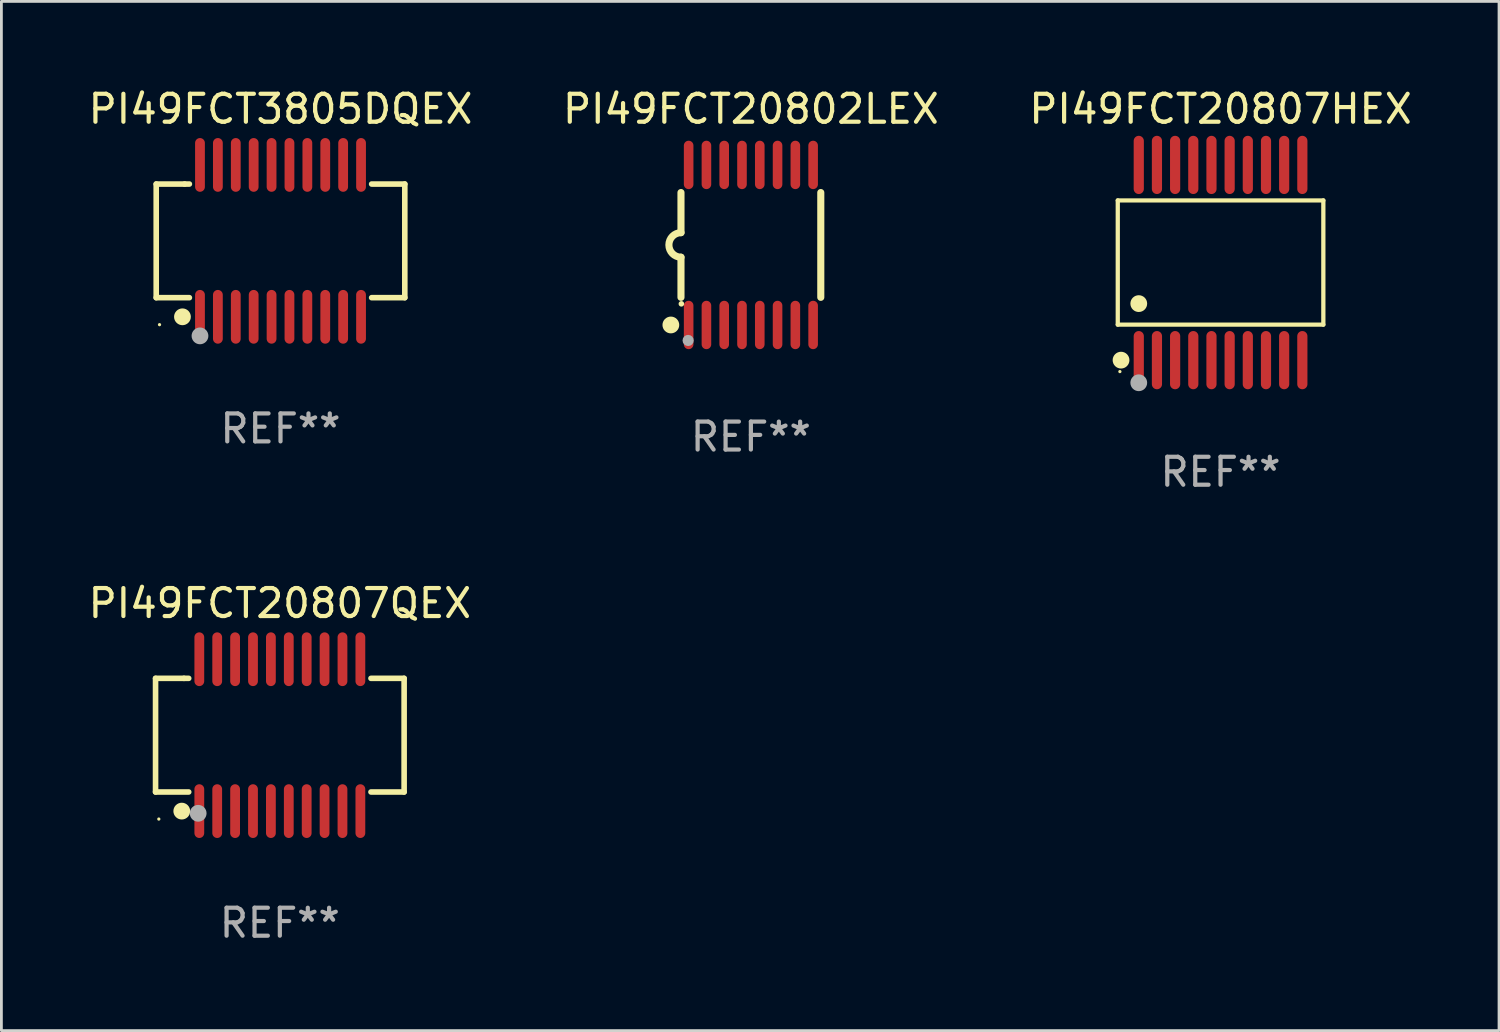
<source format=kicad_pcb>
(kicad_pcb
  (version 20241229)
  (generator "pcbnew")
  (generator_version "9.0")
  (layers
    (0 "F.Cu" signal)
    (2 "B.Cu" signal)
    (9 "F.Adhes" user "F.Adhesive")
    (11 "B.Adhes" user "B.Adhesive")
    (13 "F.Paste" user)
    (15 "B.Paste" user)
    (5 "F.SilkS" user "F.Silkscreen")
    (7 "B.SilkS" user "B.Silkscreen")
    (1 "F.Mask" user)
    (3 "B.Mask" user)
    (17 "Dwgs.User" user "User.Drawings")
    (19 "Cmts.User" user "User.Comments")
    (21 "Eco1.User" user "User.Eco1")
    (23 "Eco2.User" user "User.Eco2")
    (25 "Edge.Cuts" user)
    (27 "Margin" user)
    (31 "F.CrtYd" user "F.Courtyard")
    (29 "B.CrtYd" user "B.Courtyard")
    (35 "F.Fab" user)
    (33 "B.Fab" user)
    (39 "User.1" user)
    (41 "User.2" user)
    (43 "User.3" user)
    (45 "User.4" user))
  (footprint "PI49FCT20802LEX"
    (layer "F.Cu")
    (at 23.804 5.71)
    (property "Reference" "PI49FCT20802LEX" (at 0 -4.862 0) (layer "F.SilkS") (effects (font (size 1 1) (thickness 0.15))))
    (attr through_hole)
    (fp_line (start -2.5 -1.874) (end -2.5 -0.439) (stroke (width 0.254) (type solid)) (layer "F.SilkS"))
    (fp_line (start -2.5 1.874) (end -2.5 0.439) (stroke (width 0.254) (type solid)) (layer "F.SilkS"))
    (fp_line (start 2.5 -1.874) (end 2.5 1.874) (stroke (width 0.254) (type solid)) (layer "F.SilkS"))
    (fp_arc (start -2.5 0.438989) (mid -2.938633 -0.000597) (end -2.499365 -0.439547) (stroke (width 0.254001) (type solid)) (layer "F.SilkS"))
    (fp_circle (center -2.862 2.862) (end -2.712 2.862) (stroke (width 0.3) (type solid)) (fill no) (layer "F.SilkS"))
    (fp_circle (center -2.486 2.106) (end -2.436 2.106) (stroke (width 0.1) (type solid)) (fill no) (layer "F.SilkS"))
    (fp_circle (center -2.244 3.416) (end -2.144 3.416) (stroke (width 0.2) (type solid)) (fill no) (layer "F.Fab"))
    (fp_text user "REF**" (at 0 6.862 0) (layer "F.Fab") (effects (font (size 1 1) (thickness 0.15))))
    (pad "1" smd oval (at -2.226 2.862) (size 0.343 1.731) (layers "F.Cu" "F.Mask" "F.Paste"))
    (pad "2" smd oval (at -1.59 2.862) (size 0.343 1.731) (layers "F.Cu" "F.Mask" "F.Paste"))
    (pad "3" smd oval (at -0.954 2.862) (size 0.343 1.731) (layers "F.Cu" "F.Mask" "F.Paste"))
    (pad "4" smd oval (at -0.318 2.862) (size 0.343 1.731) (layers "F.Cu" "F.Mask" "F.Paste"))
    (pad "5" smd oval (at 0.318 2.862) (size 0.343 1.731) (layers "F.Cu" "F.Mask" "F.Paste"))
    (pad "6" smd oval (at 0.954 2.862) (size 0.343 1.731) (layers "F.Cu" "F.Mask" "F.Paste"))
    (pad "7" smd oval (at 1.59 2.862) (size 0.343 1.731) (layers "F.Cu" "F.Mask" "F.Paste"))
    (pad "8" smd oval (at 2.226 2.862) (size 0.343 1.731) (layers "F.Cu" "F.Mask" "F.Paste"))
    (pad "9" smd oval (at 2.226 -2.862) (size 0.343 1.731) (layers "F.Cu" "F.Mask" "F.Paste"))
    (pad "10" smd oval (at 1.59 -2.862) (size 0.343 1.731) (layers "F.Cu" "F.Mask" "F.Paste"))
    (pad "11" smd oval (at 0.954 -2.862) (size 0.343 1.731) (layers "F.Cu" "F.Mask" "F.Paste"))
    (pad "12" smd oval (at 0.318 -2.862) (size 0.343 1.731) (layers "F.Cu" "F.Mask" "F.Paste"))
    (pad "13" smd oval (at -0.318 -2.862) (size 0.343 1.731) (layers "F.Cu" "F.Mask" "F.Paste"))
    (pad "14" smd oval (at -0.954 -2.862) (size 0.343 1.731) (layers "F.Cu" "F.Mask" "F.Paste"))
    (pad "15" smd oval (at -1.59 -2.862) (size 0.343 1.731) (layers "F.Cu" "F.Mask" "F.Paste"))
    (pad "16" smd oval (at -2.226 -2.862) (size 0.343 1.731) (layers "F.Cu" "F.Mask" "F.Paste")))
  (footprint "PI49FCT3805DQEX"
    (layer "F.Cu")
    (at 6.982 5.564)
    (property "Reference" "PI49FCT3805DQEX" (at 0 -4.716 0) (layer "F.SilkS") (effects (font (size 1 1) (thickness 0.15))))
    (attr through_hole)
    (fp_line (start -4.445 -2.032) (end -4.445 2.032) (stroke (width 0.2) (type solid)) (layer "F.SilkS"))
    (fp_line (start -4.445 2.032) (end -3.259 2.032) (stroke (width 0.2) (type solid)) (layer "F.SilkS"))
    (fp_line (start -3.429 -2.032) (end -4.445 -2.032) (stroke (width 0.2) (type solid)) (layer "F.SilkS"))
    (fp_line (start -3.259 -2.032) (end -3.429 -2.032) (stroke (width 0.2) (type solid)) (layer "F.SilkS"))
    (fp_line (start 3.259 2.032) (end 4.445 2.032) (stroke (width 0.2) (type solid)) (layer "F.SilkS"))
    (fp_line (start 4.445 -2.032) (end 3.259 -2.032) (stroke (width 0.2) (type solid)) (layer "F.SilkS"))
    (fp_line (start 4.445 2.032) (end 4.445 -2.032) (stroke (width 0.2) (type solid)) (layer "F.SilkS"))
    (fp_circle (center -4.327 2.997) (end -4.297 2.997) (stroke (width 0.06) (type solid)) (fill no) (layer "F.SilkS"))
    (fp_circle (center -3.507 2.716) (end -3.357 2.716) (stroke (width 0.3) (type solid)) (fill no) (layer "F.SilkS"))
    (fp_circle (center -2.88 3.398) (end -2.73 3.398) (stroke (width 0.3) (type solid)) (fill no) (layer "F.Fab"))
    (fp_text user "REF**" (at 0 6.716 0) (layer "F.Fab") (effects (font (size 1 1) (thickness 0.15))))
    (pad "1" smd oval (at -2.88 2.716) (size 0.35 1.922) (layers "F.Cu" "F.Mask" "F.Paste"))
    (pad "2" smd oval (at -2.24 2.716) (size 0.35 1.922) (layers "F.Cu" "F.Mask" "F.Paste"))
    (pad "3" smd oval (at -1.6 2.716) (size 0.35 1.922) (layers "F.Cu" "F.Mask" "F.Paste"))
    (pad "4" smd oval (at -0.96 2.716) (size 0.35 1.922) (layers "F.Cu" "F.Mask" "F.Paste"))
    (pad "5" smd oval (at -0.32 2.716) (size 0.35 1.922) (layers "F.Cu" "F.Mask" "F.Paste"))
    (pad "6" smd oval (at 0.32 2.716) (size 0.35 1.922) (layers "F.Cu" "F.Mask" "F.Paste"))
    (pad "7" smd oval (at 0.96 2.716) (size 0.35 1.922) (layers "F.Cu" "F.Mask" "F.Paste"))
    (pad "8" smd oval (at 1.6 2.716) (size 0.35 1.922) (layers "F.Cu" "F.Mask" "F.Paste"))
    (pad "9" smd oval (at 2.24 2.716) (size 0.35 1.922) (layers "F.Cu" "F.Mask" "F.Paste"))
    (pad "10" smd oval (at 2.88 2.716) (size 0.35 1.922) (layers "F.Cu" "F.Mask" "F.Paste"))
    (pad "11" smd oval (at 2.88 -2.716) (size 0.35 1.922) (layers "F.Cu" "F.Mask" "F.Paste"))
    (pad "12" smd oval (at 2.24 -2.716) (size 0.35 1.922) (layers "F.Cu" "F.Mask" "F.Paste"))
    (pad "13" smd oval (at 1.6 -2.716) (size 0.35 1.922) (layers "F.Cu" "F.Mask" "F.Paste"))
    (pad "14" smd oval (at 0.96 -2.716) (size 0.35 1.922) (layers "F.Cu" "F.Mask" "F.Paste"))
    (pad "15" smd oval (at 0.32 -2.716) (size 0.35 1.922) (layers "F.Cu" "F.Mask" "F.Paste"))
    (pad "16" smd oval (at -0.32 -2.716) (size 0.35 1.922) (layers "F.Cu" "F.Mask" "F.Paste"))
    (pad "17" smd oval (at -0.96 -2.716) (size 0.35 1.922) (layers "F.Cu" "F.Mask" "F.Paste"))
    (pad "18" smd oval (at -1.6 -2.716) (size 0.35 1.922) (layers "F.Cu" "F.Mask" "F.Paste"))
    (pad "19" smd oval (at -2.24 -2.716) (size 0.35 1.922) (layers "F.Cu" "F.Mask" "F.Paste"))
    (pad "20" smd oval (at -2.88 -2.716) (size 0.35 1.922) (layers "F.Cu" "F.Mask" "F.Paste")))
  (footprint "PI49FCT20807HEX"
    (layer "F.Cu")
    (at 40.601 6.339)
    (property "Reference" "PI49FCT20807HEX" (at 0 -5.491 0) (layer "F.SilkS") (effects (font (size 1 1) (thickness 0.15))))
    (attr through_hole)
    (fp_line (start -3.676 -2.221) (end 3.676 -2.221) (stroke (width 0.152) (type solid)) (layer "F.SilkS"))
    (fp_line (start -3.676 2.221) (end -3.676 -2.221) (stroke (width 0.152) (type solid)) (layer "F.SilkS"))
    (fp_line (start 3.676 -2.221) (end 3.676 2.221) (stroke (width 0.152) (type solid)) (layer "F.SilkS"))
    (fp_line (start 3.676 2.221) (end -3.676 2.221) (stroke (width 0.152) (type solid)) (layer "F.SilkS"))
    (fp_circle (center -3.6 3.9) (end -3.57 3.9) (stroke (width 0.06) (type solid)) (fill no) (layer "F.SilkS"))
    (fp_circle (center -3.559 3.491) (end -3.409 3.491) (stroke (width 0.3) (type solid)) (fill no) (layer "F.SilkS"))
    (fp_circle (center -2.925 1.469) (end -2.775 1.469) (stroke (width 0.3) (type solid)) (fill no) (layer "F.SilkS"))
    (fp_circle (center -2.925 4.3) (end -2.775 4.3) (stroke (width 0.3) (type solid)) (fill no) (layer "F.Fab"))
    (fp_text user "REF**" (at 0 7.491 0) (layer "F.Fab") (effects (font (size 1 1) (thickness 0.15))))
    (pad "1" smd oval (at -2.925 3.491) (size 0.364 2.082) (layers "F.Cu" "F.Mask" "F.Paste"))
    (pad "2" smd oval (at -2.275 3.491) (size 0.364 2.082) (layers "F.Cu" "F.Mask" "F.Paste"))
    (pad "3" smd oval (at -1.625 3.491) (size 0.364 2.082) (layers "F.Cu" "F.Mask" "F.Paste"))
    (pad "4" smd oval (at -0.975 3.491) (size 0.364 2.082) (layers "F.Cu" "F.Mask" "F.Paste"))
    (pad "5" smd oval (at -0.325 3.491) (size 0.364 2.082) (layers "F.Cu" "F.Mask" "F.Paste"))
    (pad "6" smd oval (at 0.325 3.491) (size 0.364 2.082) (layers "F.Cu" "F.Mask" "F.Paste"))
    (pad "7" smd oval (at 0.975 3.491) (size 0.364 2.082) (layers "F.Cu" "F.Mask" "F.Paste"))
    (pad "8" smd oval (at 1.625 3.491) (size 0.364 2.082) (layers "F.Cu" "F.Mask" "F.Paste"))
    (pad "9" smd oval (at 2.275 3.491) (size 0.364 2.082) (layers "F.Cu" "F.Mask" "F.Paste"))
    (pad "10" smd oval (at 2.925 3.491) (size 0.364 2.082) (layers "F.Cu" "F.Mask" "F.Paste"))
    (pad "11" smd oval (at 2.925 -3.491) (size 0.364 2.082) (layers "F.Cu" "F.Mask" "F.Paste"))
    (pad "12" smd oval (at 2.275 -3.491) (size 0.364 2.082) (layers "F.Cu" "F.Mask" "F.Paste"))
    (pad "13" smd oval (at 1.625 -3.491) (size 0.364 2.082) (layers "F.Cu" "F.Mask" "F.Paste"))
    (pad "14" smd oval (at 0.975 -3.491) (size 0.364 2.082) (layers "F.Cu" "F.Mask" "F.Paste"))
    (pad "15" smd oval (at 0.325 -3.491) (size 0.364 2.082) (layers "F.Cu" "F.Mask" "F.Paste"))
    (pad "16" smd oval (at -0.325 -3.491) (size 0.364 2.082) (layers "F.Cu" "F.Mask" "F.Paste"))
    (pad "17" smd oval (at -0.975 -3.491) (size 0.364 2.082) (layers "F.Cu" "F.Mask" "F.Paste"))
    (pad "18" smd oval (at -1.625 -3.491) (size 0.364 2.082) (layers "F.Cu" "F.Mask" "F.Paste"))
    (pad "19" smd oval (at -2.275 -3.491) (size 0.364 2.082) (layers "F.Cu" "F.Mask" "F.Paste"))
    (pad "20" smd oval (at -2.925 -3.491) (size 0.364 2.082) (layers "F.Cu" "F.Mask" "F.Paste")))
  (footprint "PI49FCT20807QEX"
    (layer "F.Cu")
    (at 6.958 23.242)
    (property "Reference" "PI49FCT20807QEX" (at 0 -4.716 0) (layer "F.SilkS") (effects (font (size 1 1) (thickness 0.15))))
    (attr through_hole)
    (fp_line (start -4.445 -2.032) (end -4.445 2.032) (stroke (width 0.2) (type solid)) (layer "F.SilkS"))
    (fp_line (start -4.445 2.032) (end -3.259 2.032) (stroke (width 0.2) (type solid)) (layer "F.SilkS"))
    (fp_line (start -3.429 -2.032) (end -4.445 -2.032) (stroke (width 0.2) (type solid)) (layer "F.SilkS"))
    (fp_line (start -3.259 -2.032) (end -3.429 -2.032) (stroke (width 0.2) (type solid)) (layer "F.SilkS"))
    (fp_line (start 3.259 2.032) (end 4.445 2.032) (stroke (width 0.2) (type solid)) (layer "F.SilkS"))
    (fp_line (start 4.445 -2.032) (end 3.259 -2.032) (stroke (width 0.2) (type solid)) (layer "F.SilkS"))
    (fp_line (start 4.445 2.032) (end 4.445 -2.032) (stroke (width 0.2) (type solid)) (layer "F.SilkS"))
    (fp_circle (center -4.328 3) (end -4.298 3) (stroke (width 0.06) (type solid)) (fill no) (layer "F.SilkS"))
    (fp_circle (center -3.507 2.716) (end -3.357 2.716) (stroke (width 0.3) (type solid)) (fill no) (layer "F.SilkS"))
    (fp_circle (center -2.921 2.794) (end -2.771 2.794) (stroke (width 0.3) (type solid)) (fill no) (layer "F.Fab"))
    (fp_text user "REF**" (at 0 6.716 0) (layer "F.Fab") (effects (font (size 1 1) (thickness 0.15))))
    (pad "1" smd oval (at -2.88 2.716) (size 0.35 1.922) (layers "F.Cu" "F.Mask" "F.Paste"))
    (pad "2" smd oval (at -2.24 2.716) (size 0.35 1.922) (layers "F.Cu" "F.Mask" "F.Paste"))
    (pad "3" smd oval (at -1.6 2.716) (size 0.35 1.922) (layers "F.Cu" "F.Mask" "F.Paste"))
    (pad "4" smd oval (at -0.96 2.716) (size 0.35 1.922) (layers "F.Cu" "F.Mask" "F.Paste"))
    (pad "5" smd oval (at -0.32 2.716) (size 0.35 1.922) (layers "F.Cu" "F.Mask" "F.Paste"))
    (pad "6" smd oval (at 0.32 2.716) (size 0.35 1.922) (layers "F.Cu" "F.Mask" "F.Paste"))
    (pad "7" smd oval (at 0.96 2.716) (size 0.35 1.922) (layers "F.Cu" "F.Mask" "F.Paste"))
    (pad "8" smd oval (at 1.6 2.716) (size 0.35 1.922) (layers "F.Cu" "F.Mask" "F.Paste"))
    (pad "9" smd oval (at 2.24 2.716) (size 0.35 1.922) (layers "F.Cu" "F.Mask" "F.Paste"))
    (pad "10" smd oval (at 2.88 2.716) (size 0.35 1.922) (layers "F.Cu" "F.Mask" "F.Paste"))
    (pad "11" smd oval (at 2.88 -2.716) (size 0.35 1.922) (layers "F.Cu" "F.Mask" "F.Paste"))
    (pad "12" smd oval (at 2.24 -2.716) (size 0.35 1.922) (layers "F.Cu" "F.Mask" "F.Paste"))
    (pad "13" smd oval (at 1.6 -2.716) (size 0.35 1.922) (layers "F.Cu" "F.Mask" "F.Paste"))
    (pad "14" smd oval (at 0.96 -2.716) (size 0.35 1.922) (layers "F.Cu" "F.Mask" "F.Paste"))
    (pad "15" smd oval (at 0.32 -2.716) (size 0.35 1.922) (layers "F.Cu" "F.Mask" "F.Paste"))
    (pad "16" smd oval (at -0.32 -2.716) (size 0.35 1.922) (layers "F.Cu" "F.Mask" "F.Paste"))
    (pad "17" smd oval (at -0.96 -2.716) (size 0.35 1.922) (layers "F.Cu" "F.Mask" "F.Paste"))
    (pad "18" smd oval (at -1.6 -2.716) (size 0.35 1.922) (layers "F.Cu" "F.Mask" "F.Paste"))
    (pad "19" smd oval (at -2.24 -2.716) (size 0.35 1.922) (layers "F.Cu" "F.Mask" "F.Paste"))
    (pad "20" smd oval (at -2.88 -2.716) (size 0.35 1.922) (layers "F.Cu" "F.Mask" "F.Paste")))
  (gr_rect
    (start -3 -3)
    (end 50.56 33.807)
    (stroke (width 0.1) (type default))
    (fill no)
    (layer "Edge.Cuts")))
</source>
